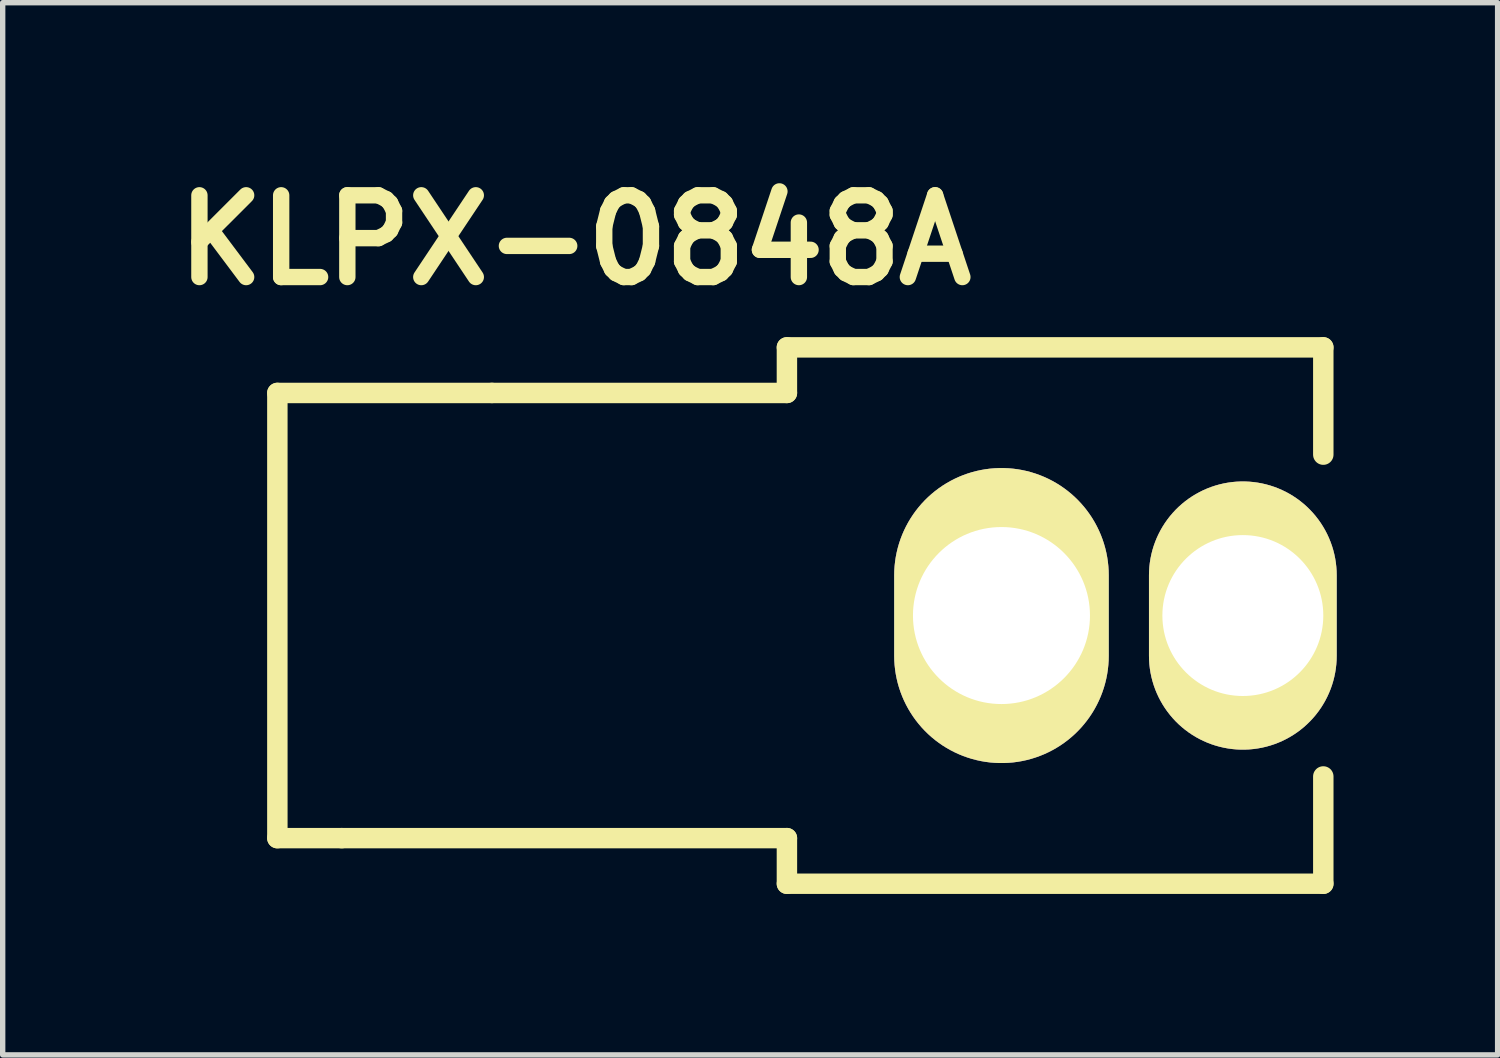
<source format=kicad_pcb>
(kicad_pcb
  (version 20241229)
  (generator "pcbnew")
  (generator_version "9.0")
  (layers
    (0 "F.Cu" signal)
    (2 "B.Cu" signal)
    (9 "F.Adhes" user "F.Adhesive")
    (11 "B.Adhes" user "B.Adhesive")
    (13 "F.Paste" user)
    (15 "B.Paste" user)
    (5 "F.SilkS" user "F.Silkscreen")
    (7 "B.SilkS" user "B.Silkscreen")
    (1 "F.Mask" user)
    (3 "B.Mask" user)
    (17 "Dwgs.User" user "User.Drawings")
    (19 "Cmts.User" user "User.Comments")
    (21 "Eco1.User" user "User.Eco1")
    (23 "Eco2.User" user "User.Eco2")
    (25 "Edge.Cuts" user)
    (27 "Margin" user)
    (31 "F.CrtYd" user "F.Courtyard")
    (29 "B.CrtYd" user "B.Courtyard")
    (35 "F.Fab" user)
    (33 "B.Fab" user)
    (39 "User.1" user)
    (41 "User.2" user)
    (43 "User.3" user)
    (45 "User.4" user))
  (footprint "KLPX-0848A"
    (layer "F.Cu")
    (at 15.621 8.426)
    (property "Reference" "KLPX-0848A" (at -7.95 -7 0) (layer "F.SilkS") (effects (font (size 1.524 1.524) (thickness 0.305))))
    (attr through_hole)
    (fp_line (start -13.5 -4.15) (end -13.5 4.15) (stroke (width 0.381) (type solid)) (layer "F.SilkS"))
    (fp_line (start -12.3 4.15) (end -13.5 4.15) (stroke (width 0.381) (type solid)) (layer "F.SilkS"))
    (fp_line (start -9.5 -4.15) (end -13.5 -4.15) (stroke (width 0.381) (type solid)) (layer "F.SilkS"))
    (fp_line (start -4 -5) (end -4 -4.15) (stroke (width 0.381) (type solid)) (layer "F.SilkS"))
    (fp_line (start -4 -4.15) (end -9.5 -4.15) (stroke (width 0.381) (type solid)) (layer "F.SilkS"))
    (fp_line (start -4 4.15) (end -12.3 4.15) (stroke (width 0.381) (type solid)) (layer "F.SilkS"))
    (fp_line (start -4 5) (end -4 4.15) (stroke (width 0.381) (type solid)) (layer "F.SilkS"))
    (fp_line (start 6 -5) (end -4 -5) (stroke (width 0.381) (type solid)) (layer "F.SilkS"))
    (fp_line (start 6 -5) (end 6 -3) (stroke (width 0.381) (type solid)) (layer "F.SilkS"))
    (fp_line (start 6 3) (end 6 5) (stroke (width 0.381) (type solid)) (layer "F.SilkS"))
    (fp_line (start 6 5) (end -4 5) (stroke (width 0.381) (type solid)) (layer "F.SilkS"))
    (pad "1" thru_hole oval (at 4.5 0) (size 3.5 5) (drill 3) (layers "*.Cu" "*.Mask" "F.SilkS"))
    (pad "2" thru_hole oval (at 0 0) (size 4 5.5) (drill 3.3) (layers "*.Cu" "*.Mask" "F.SilkS")))
  (gr_rect
    (start -3 -3)
    (end 24.871 16.617)
    (stroke (width 0.1) (type default))
    (fill no)
    (layer "Edge.Cuts")))
</source>
